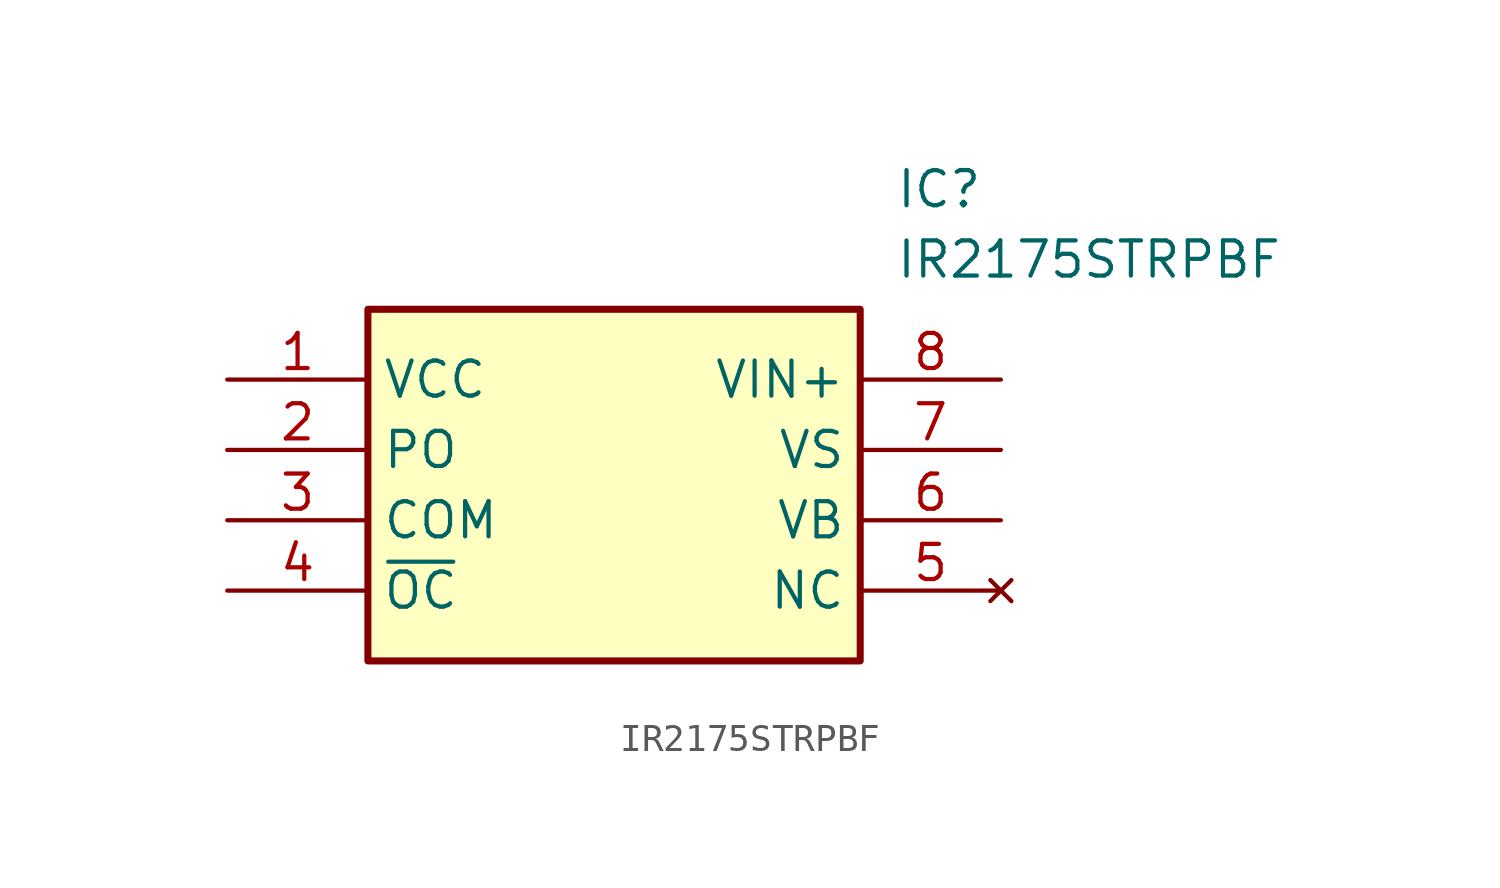
<source format=kicad_sym>
(kicad_symbol_lib
  (version 20211014)
  (generator SamacSys_ECAD_Model)
  (symbol "IR2175STRPBF"
    (property "Reference" "IC"
      (at 24.13 7.62 0)
      (effects (font (size 1.27 1.27)) (justify left top)))
    (property "Value" "IR2175STRPBF"
      (at 24.13 5.08 0)
      (effects (font (size 1.27 1.27)) (justify left top)))
    (rectangle
      (start 5.08 2.54)
      (end 22.86 -10.16)
      (stroke (width 0.254) (type default))
      (fill (type background)))
    (pin passive line
      (at 0 0 0)
      (length 5.08)
      (name "VCC" (effects (font (size 1.27 1.27))))
      (number "1" (effects (font (size 1.27 1.27)))))
    (pin passive line
      (at 0 -2.54 0)
      (length 5.08)
      (name "PO" (effects (font (size 1.27 1.27))))
      (number "2" (effects (font (size 1.27 1.27)))))
    (pin passive line
      (at 0 -5.08 0)
      (length 5.08)
      (name "COM" (effects (font (size 1.27 1.27))))
      (number "3" (effects (font (size 1.27 1.27)))))
    (pin passive line
      (at 0 -7.62 0)
      (length 5.08)
      (name "~{OC}" (effects (font (size 1.27 1.27))))
      (number "4" (effects (font (size 1.27 1.27)))))
    (pin passive line
      (at 27.94 0 180)
      (length 5.08)
      (name "VIN+" (effects (font (size 1.27 1.27))))
      (number "8" (effects (font (size 1.27 1.27)))))
    (pin passive line
      (at 27.94 -2.54 180)
      (length 5.08)
      (name "VS" (effects (font (size 1.27 1.27))))
      (number "7" (effects (font (size 1.27 1.27)))))
    (pin passive line
      (at 27.94 -5.08 180)
      (length 5.08)
      (name "VB" (effects (font (size 1.27 1.27))))
      (number "6" (effects (font (size 1.27 1.27)))))
    (pin no_connect line
      (at 27.94 -7.62 180)
      (length 5.08)
      (name "NC" (effects (font (size 1.27 1.27))))
      (number "5" (effects (font (size 1.27 1.27)))))))
</source>
